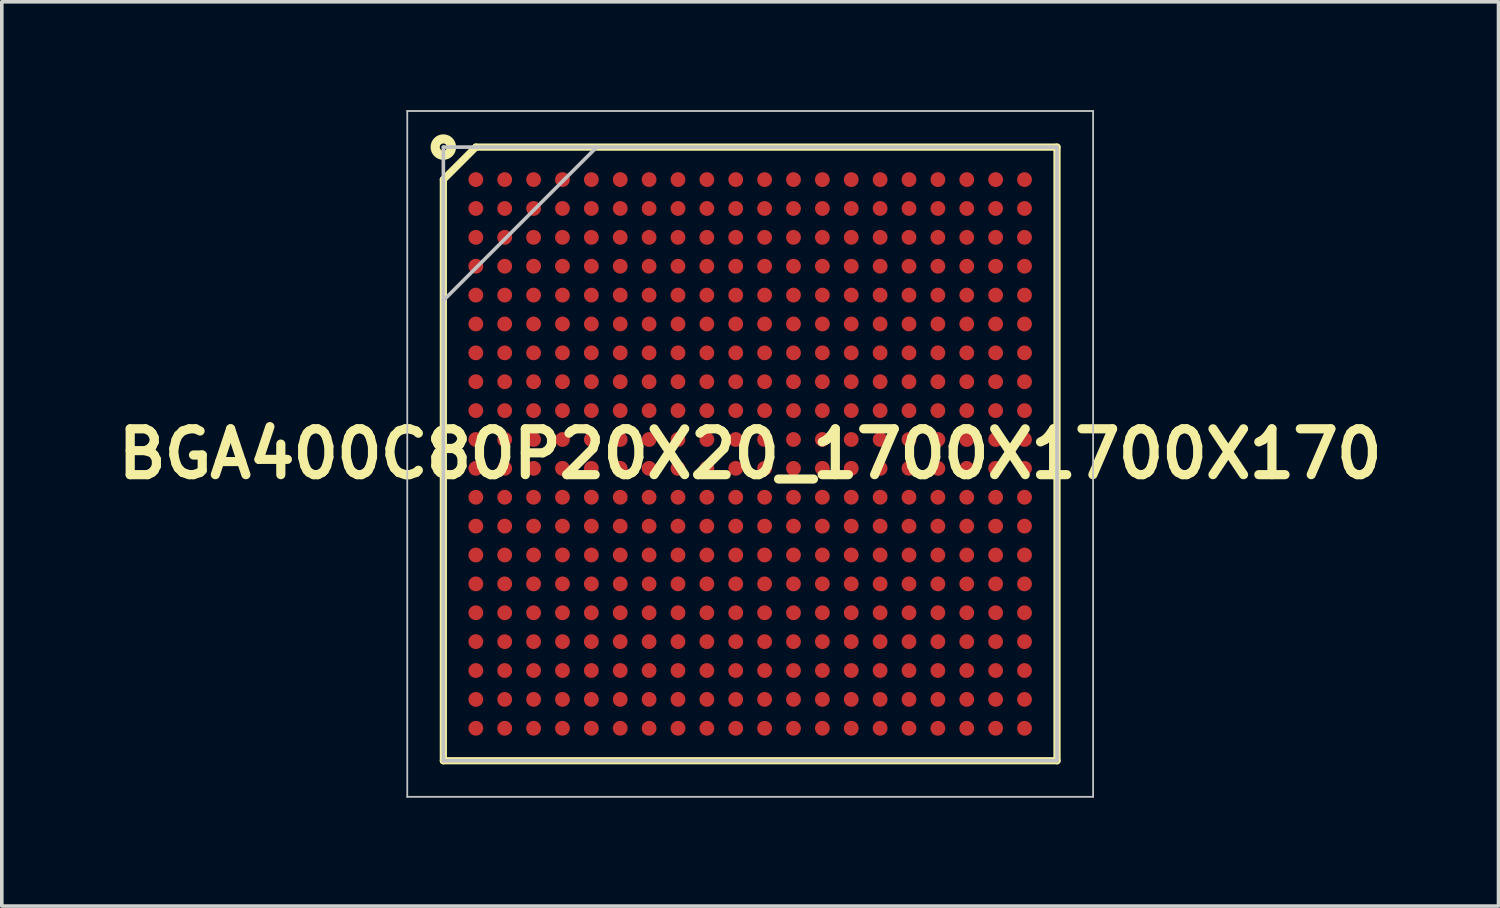
<source format=kicad_pcb>
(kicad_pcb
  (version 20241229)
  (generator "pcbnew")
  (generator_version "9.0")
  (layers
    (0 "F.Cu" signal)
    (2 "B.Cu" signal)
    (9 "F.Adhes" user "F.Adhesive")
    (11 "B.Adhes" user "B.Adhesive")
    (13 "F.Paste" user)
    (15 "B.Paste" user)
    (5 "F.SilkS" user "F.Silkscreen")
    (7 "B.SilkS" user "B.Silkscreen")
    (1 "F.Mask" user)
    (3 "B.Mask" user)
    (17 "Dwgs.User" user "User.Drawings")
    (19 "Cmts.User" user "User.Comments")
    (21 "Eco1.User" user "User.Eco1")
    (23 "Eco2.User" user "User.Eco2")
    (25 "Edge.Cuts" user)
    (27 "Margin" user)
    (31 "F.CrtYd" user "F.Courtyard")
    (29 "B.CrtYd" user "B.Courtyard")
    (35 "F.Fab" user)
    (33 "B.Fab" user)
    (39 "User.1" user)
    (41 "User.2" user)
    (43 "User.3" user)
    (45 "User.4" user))
  (footprint "BGA400C80P20X20_1700X1700X170"
    (layer "F.Cu")
    (at 17.732 9.525)
    (property "Reference" "BGA400C80P20X20_1700X1700X170" (at 0 0 0) (unlocked yes) (layer "F.SilkS") (effects (font (size 1.27 1.27) (thickness 0.254))))
    (attr smd)
    (fp_line (start -8.5 -7.6) (end -7.6 -8.5) (stroke (width 0.2) (type solid)) (layer "F.SilkS"))
    (fp_line (start -8.5 8.5) (end -8.5 -7.6) (stroke (width 0.2) (type solid)) (layer "F.SilkS"))
    (fp_line (start -7.6 -8.5) (end 8.5 -8.5) (stroke (width 0.2) (type solid)) (layer "F.SilkS"))
    (fp_line (start 8.5 -8.5) (end 8.5 8.5) (stroke (width 0.2) (type solid)) (layer "F.SilkS"))
    (fp_line (start 8.5 8.5) (end -8.5 8.5) (stroke (width 0.2) (type solid)) (layer "F.SilkS"))
    (fp_circle (center -8.5 -8.5) (end -8.4 -8.5) (stroke (width 0.254) (type solid)) (fill no) (layer "F.SilkS"))
    (fp_line (start -9.5 -9.5) (end 9.5 -9.5) (stroke (width 0.05) (type solid)) (layer "Dwgs.User"))
    (fp_line (start -9.5 9.5) (end -9.5 -9.5) (stroke (width 0.05) (type solid)) (layer "Dwgs.User"))
    (fp_line (start -8.5 -8.5) (end 8.5 -8.5) (stroke (width 0.1) (type solid)) (layer "Dwgs.User"))
    (fp_line (start -8.5 -4.25) (end -4.25 -8.5) (stroke (width 0.1) (type solid)) (layer "Dwgs.User"))
    (fp_line (start -8.5 8.5) (end -8.5 -8.5) (stroke (width 0.1) (type solid)) (layer "Dwgs.User"))
    (fp_line (start 8.5 -8.5) (end 8.5 8.5) (stroke (width 0.1) (type solid)) (layer "Dwgs.User"))
    (fp_line (start 8.5 8.5) (end -8.5 8.5) (stroke (width 0.1) (type solid)) (layer "Dwgs.User"))
    (fp_line (start 9.5 -9.5) (end 9.5 9.5) (stroke (width 0.05) (type solid)) (layer "Dwgs.User"))
    (fp_line (start 9.5 9.5) (end -9.5 9.5) (stroke (width 0.05) (type solid)) (layer "Dwgs.User"))
    (pad "A1" smd circle (at -7.6 -7.6 90) (size 0.41 0.41) (layers "F.Cu" "F.Mask" "F.Paste"))
    (pad "A2" smd circle (at -6.8 -7.6 90) (size 0.41 0.41) (layers "F.Cu" "F.Mask" "F.Paste"))
    (pad "A3" smd circle (at -6 -7.6 90) (size 0.41 0.41) (layers "F.Cu" "F.Mask" "F.Paste"))
    (pad "A4" smd circle (at -5.2 -7.6 90) (size 0.41 0.41) (layers "F.Cu" "F.Mask" "F.Paste"))
    (pad "A5" smd circle (at -4.4 -7.6 90) (size 0.41 0.41) (layers "F.Cu" "F.Mask" "F.Paste"))
    (pad "A6" smd circle (at -3.6 -7.6 90) (size 0.41 0.41) (layers "F.Cu" "F.Mask" "F.Paste"))
    (pad "A7" smd circle (at -2.8 -7.6 90) (size 0.41 0.41) (layers "F.Cu" "F.Mask" "F.Paste"))
    (pad "A8" smd circle (at -2 -7.6 90) (size 0.41 0.41) (layers "F.Cu" "F.Mask" "F.Paste"))
    (pad "A9" smd circle (at -1.2 -7.6 90) (size 0.41 0.41) (layers "F.Cu" "F.Mask" "F.Paste"))
    (pad "A10" smd circle (at -0.4 -7.6 90) (size 0.41 0.41) (layers "F.Cu" "F.Mask" "F.Paste"))
    (pad "A11" smd circle (at 0.4 -7.6 90) (size 0.41 0.41) (layers "F.Cu" "F.Mask" "F.Paste"))
    (pad "A12" smd circle (at 1.2 -7.6 90) (size 0.41 0.41) (layers "F.Cu" "F.Mask" "F.Paste"))
    (pad "A13" smd circle (at 2 -7.6 90) (size 0.41 0.41) (layers "F.Cu" "F.Mask" "F.Paste"))
    (pad "A14" smd circle (at 2.8 -7.6 90) (size 0.41 0.41) (layers "F.Cu" "F.Mask" "F.Paste"))
    (pad "A15" smd circle (at 3.6 -7.6 90) (size 0.41 0.41) (layers "F.Cu" "F.Mask" "F.Paste"))
    (pad "A16" smd circle (at 4.4 -7.6 90) (size 0.41 0.41) (layers "F.Cu" "F.Mask" "F.Paste"))
    (pad "A17" smd circle (at 5.2 -7.6 90) (size 0.41 0.41) (layers "F.Cu" "F.Mask" "F.Paste"))
    (pad "A18" smd circle (at 6 -7.6 90) (size 0.41 0.41) (layers "F.Cu" "F.Mask" "F.Paste"))
    (pad "A19" smd circle (at 6.8 -7.6 90) (size 0.41 0.41) (layers "F.Cu" "F.Mask" "F.Paste"))
    (pad "A20" smd circle (at 7.6 -7.6 90) (size 0.41 0.41) (layers "F.Cu" "F.Mask" "F.Paste"))
    (pad "B1" smd circle (at -7.6 -6.8 90) (size 0.41 0.41) (layers "F.Cu" "F.Mask" "F.Paste"))
    (pad "B2" smd circle (at -6.8 -6.8 90) (size 0.41 0.41) (layers "F.Cu" "F.Mask" "F.Paste"))
    (pad "B3" smd circle (at -6 -6.8 90) (size 0.41 0.41) (layers "F.Cu" "F.Mask" "F.Paste"))
    (pad "B4" smd circle (at -5.2 -6.8 90) (size 0.41 0.41) (layers "F.Cu" "F.Mask" "F.Paste"))
    (pad "B5" smd circle (at -4.4 -6.8 90) (size 0.41 0.41) (layers "F.Cu" "F.Mask" "F.Paste"))
    (pad "B6" smd circle (at -3.6 -6.8 90) (size 0.41 0.41) (layers "F.Cu" "F.Mask" "F.Paste"))
    (pad "B7" smd circle (at -2.8 -6.8 90) (size 0.41 0.41) (layers "F.Cu" "F.Mask" "F.Paste"))
    (pad "B8" smd circle (at -2 -6.8 90) (size 0.41 0.41) (layers "F.Cu" "F.Mask" "F.Paste"))
    (pad "B9" smd circle (at -1.2 -6.8 90) (size 0.41 0.41) (layers "F.Cu" "F.Mask" "F.Paste"))
    (pad "B10" smd circle (at -0.4 -6.8 90) (size 0.41 0.41) (layers "F.Cu" "F.Mask" "F.Paste"))
    (pad "B11" smd circle (at 0.4 -6.8 90) (size 0.41 0.41) (layers "F.Cu" "F.Mask" "F.Paste"))
    (pad "B12" smd circle (at 1.2 -6.8 90) (size 0.41 0.41) (layers "F.Cu" "F.Mask" "F.Paste"))
    (pad "B13" smd circle (at 2 -6.8 90) (size 0.41 0.41) (layers "F.Cu" "F.Mask" "F.Paste"))
    (pad "B14" smd circle (at 2.8 -6.8 90) (size 0.41 0.41) (layers "F.Cu" "F.Mask" "F.Paste"))
    (pad "B15" smd circle (at 3.6 -6.8 90) (size 0.41 0.41) (layers "F.Cu" "F.Mask" "F.Paste"))
    (pad "B16" smd circle (at 4.4 -6.8 90) (size 0.41 0.41) (layers "F.Cu" "F.Mask" "F.Paste"))
    (pad "B17" smd circle (at 5.2 -6.8 90) (size 0.41 0.41) (layers "F.Cu" "F.Mask" "F.Paste"))
    (pad "B18" smd circle (at 6 -6.8 90) (size 0.41 0.41) (layers "F.Cu" "F.Mask" "F.Paste"))
    (pad "B19" smd circle (at 6.8 -6.8 90) (size 0.41 0.41) (layers "F.Cu" "F.Mask" "F.Paste"))
    (pad "B20" smd circle (at 7.6 -6.8 90) (size 0.41 0.41) (layers "F.Cu" "F.Mask" "F.Paste"))
    (pad "C1" smd circle (at -7.6 -6 90) (size 0.41 0.41) (layers "F.Cu" "F.Mask" "F.Paste"))
    (pad "C2" smd circle (at -6.8 -6 90) (size 0.41 0.41) (layers "F.Cu" "F.Mask" "F.Paste"))
    (pad "C3" smd circle (at -6 -6 90) (size 0.41 0.41) (layers "F.Cu" "F.Mask" "F.Paste"))
    (pad "C4" smd circle (at -5.2 -6 90) (size 0.41 0.41) (layers "F.Cu" "F.Mask" "F.Paste"))
    (pad "C5" smd circle (at -4.4 -6 90) (size 0.41 0.41) (layers "F.Cu" "F.Mask" "F.Paste"))
    (pad "C6" smd circle (at -3.6 -6 90) (size 0.41 0.41) (layers "F.Cu" "F.Mask" "F.Paste"))
    (pad "C7" smd circle (at -2.8 -6 90) (size 0.41 0.41) (layers "F.Cu" "F.Mask" "F.Paste"))
    (pad "C8" smd circle (at -2 -6 90) (size 0.41 0.41) (layers "F.Cu" "F.Mask" "F.Paste"))
    (pad "C9" smd circle (at -1.2 -6 90) (size 0.41 0.41) (layers "F.Cu" "F.Mask" "F.Paste"))
    (pad "C10" smd circle (at -0.4 -6 90) (size 0.41 0.41) (layers "F.Cu" "F.Mask" "F.Paste"))
    (pad "C11" smd circle (at 0.4 -6 90) (size 0.41 0.41) (layers "F.Cu" "F.Mask" "F.Paste"))
    (pad "C12" smd circle (at 1.2 -6 90) (size 0.41 0.41) (layers "F.Cu" "F.Mask" "F.Paste"))
    (pad "C13" smd circle (at 2 -6 90) (size 0.41 0.41) (layers "F.Cu" "F.Mask" "F.Paste"))
    (pad "C14" smd circle (at 2.8 -6 90) (size 0.41 0.41) (layers "F.Cu" "F.Mask" "F.Paste"))
    (pad "C15" smd circle (at 3.6 -6 90) (size 0.41 0.41) (layers "F.Cu" "F.Mask" "F.Paste"))
    (pad "C16" smd circle (at 4.4 -6 90) (size 0.41 0.41) (layers "F.Cu" "F.Mask" "F.Paste"))
    (pad "C17" smd circle (at 5.2 -6 90) (size 0.41 0.41) (layers "F.Cu" "F.Mask" "F.Paste"))
    (pad "C18" smd circle (at 6 -6 90) (size 0.41 0.41) (layers "F.Cu" "F.Mask" "F.Paste"))
    (pad "C19" smd circle (at 6.8 -6 90) (size 0.41 0.41) (layers "F.Cu" "F.Mask" "F.Paste"))
    (pad "C20" smd circle (at 7.6 -6 90) (size 0.41 0.41) (layers "F.Cu" "F.Mask" "F.Paste"))
    (pad "D1" smd circle (at -7.6 -5.2 90) (size 0.41 0.41) (layers "F.Cu" "F.Mask" "F.Paste"))
    (pad "D2" smd circle (at -6.8 -5.2 90) (size 0.41 0.41) (layers "F.Cu" "F.Mask" "F.Paste"))
    (pad "D3" smd circle (at -6 -5.2 90) (size 0.41 0.41) (layers "F.Cu" "F.Mask" "F.Paste"))
    (pad "D4" smd circle (at -5.2 -5.2 90) (size 0.41 0.41) (layers "F.Cu" "F.Mask" "F.Paste"))
    (pad "D5" smd circle (at -4.4 -5.2 90) (size 0.41 0.41) (layers "F.Cu" "F.Mask" "F.Paste"))
    (pad "D6" smd circle (at -3.6 -5.2 90) (size 0.41 0.41) (layers "F.Cu" "F.Mask" "F.Paste"))
    (pad "D7" smd circle (at -2.8 -5.2 90) (size 0.41 0.41) (layers "F.Cu" "F.Mask" "F.Paste"))
    (pad "D8" smd circle (at -2 -5.2 90) (size 0.41 0.41) (layers "F.Cu" "F.Mask" "F.Paste"))
    (pad "D9" smd circle (at -1.2 -5.2 90) (size 0.41 0.41) (layers "F.Cu" "F.Mask" "F.Paste"))
    (pad "D10" smd circle (at -0.4 -5.2 90) (size 0.41 0.41) (layers "F.Cu" "F.Mask" "F.Paste"))
    (pad "D11" smd circle (at 0.4 -5.2 90) (size 0.41 0.41) (layers "F.Cu" "F.Mask" "F.Paste"))
    (pad "D12" smd circle (at 1.2 -5.2 90) (size 0.41 0.41) (layers "F.Cu" "F.Mask" "F.Paste"))
    (pad "D13" smd circle (at 2 -5.2 90) (size 0.41 0.41) (layers "F.Cu" "F.Mask" "F.Paste"))
    (pad "D14" smd circle (at 2.8 -5.2 90) (size 0.41 0.41) (layers "F.Cu" "F.Mask" "F.Paste"))
    (pad "D15" smd circle (at 3.6 -5.2 90) (size 0.41 0.41) (layers "F.Cu" "F.Mask" "F.Paste"))
    (pad "D16" smd circle (at 4.4 -5.2 90) (size 0.41 0.41) (layers "F.Cu" "F.Mask" "F.Paste"))
    (pad "D17" smd circle (at 5.2 -5.2 90) (size 0.41 0.41) (layers "F.Cu" "F.Mask" "F.Paste"))
    (pad "D18" smd circle (at 6 -5.2 90) (size 0.41 0.41) (layers "F.Cu" "F.Mask" "F.Paste"))
    (pad "D19" smd circle (at 6.8 -5.2 90) (size 0.41 0.41) (layers "F.Cu" "F.Mask" "F.Paste"))
    (pad "D20" smd circle (at 7.6 -5.2 90) (size 0.41 0.41) (layers "F.Cu" "F.Mask" "F.Paste"))
    (pad "E1" smd circle (at -7.6 -4.4 90) (size 0.41 0.41) (layers "F.Cu" "F.Mask" "F.Paste"))
    (pad "E2" smd circle (at -6.8 -4.4 90) (size 0.41 0.41) (layers "F.Cu" "F.Mask" "F.Paste"))
    (pad "E3" smd circle (at -6 -4.4 90) (size 0.41 0.41) (layers "F.Cu" "F.Mask" "F.Paste"))
    (pad "E4" smd circle (at -5.2 -4.4 90) (size 0.41 0.41) (layers "F.Cu" "F.Mask" "F.Paste"))
    (pad "E5" smd circle (at -4.4 -4.4 90) (size 0.41 0.41) (layers "F.Cu" "F.Mask" "F.Paste"))
    (pad "E6" smd circle (at -3.6 -4.4 90) (size 0.41 0.41) (layers "F.Cu" "F.Mask" "F.Paste"))
    (pad "E7" smd circle (at -2.8 -4.4 90) (size 0.41 0.41) (layers "F.Cu" "F.Mask" "F.Paste"))
    (pad "E8" smd circle (at -2 -4.4 90) (size 0.41 0.41) (layers "F.Cu" "F.Mask" "F.Paste"))
    (pad "E9" smd circle (at -1.2 -4.4 90) (size 0.41 0.41) (layers "F.Cu" "F.Mask" "F.Paste"))
    (pad "E10" smd circle (at -0.4 -4.4 90) (size 0.41 0.41) (layers "F.Cu" "F.Mask" "F.Paste"))
    (pad "E11" smd circle (at 0.4 -4.4 90) (size 0.41 0.41) (layers "F.Cu" "F.Mask" "F.Paste"))
    (pad "E12" smd circle (at 1.2 -4.4 90) (size 0.41 0.41) (layers "F.Cu" "F.Mask" "F.Paste"))
    (pad "E13" smd circle (at 2 -4.4 90) (size 0.41 0.41) (layers "F.Cu" "F.Mask" "F.Paste"))
    (pad "E14" smd circle (at 2.8 -4.4 90) (size 0.41 0.41) (layers "F.Cu" "F.Mask" "F.Paste"))
    (pad "E15" smd circle (at 3.6 -4.4 90) (size 0.41 0.41) (layers "F.Cu" "F.Mask" "F.Paste"))
    (pad "E16" smd circle (at 4.4 -4.4 90) (size 0.41 0.41) (layers "F.Cu" "F.Mask" "F.Paste"))
    (pad "E17" smd circle (at 5.2 -4.4 90) (size 0.41 0.41) (layers "F.Cu" "F.Mask" "F.Paste"))
    (pad "E18" smd circle (at 6 -4.4 90) (size 0.41 0.41) (layers "F.Cu" "F.Mask" "F.Paste"))
    (pad "E19" smd circle (at 6.8 -4.4 90) (size 0.41 0.41) (layers "F.Cu" "F.Mask" "F.Paste"))
    (pad "E20" smd circle (at 7.6 -4.4 90) (size 0.41 0.41) (layers "F.Cu" "F.Mask" "F.Paste"))
    (pad "F1" smd circle (at -7.6 -3.6 90) (size 0.41 0.41) (layers "F.Cu" "F.Mask" "F.Paste"))
    (pad "F2" smd circle (at -6.8 -3.6 90) (size 0.41 0.41) (layers "F.Cu" "F.Mask" "F.Paste"))
    (pad "F3" smd circle (at -6 -3.6 90) (size 0.41 0.41) (layers "F.Cu" "F.Mask" "F.Paste"))
    (pad "F4" smd circle (at -5.2 -3.6 90) (size 0.41 0.41) (layers "F.Cu" "F.Mask" "F.Paste"))
    (pad "F5" smd circle (at -4.4 -3.6 90) (size 0.41 0.41) (layers "F.Cu" "F.Mask" "F.Paste"))
    (pad "F6" smd circle (at -3.6 -3.6 90) (size 0.41 0.41) (layers "F.Cu" "F.Mask" "F.Paste"))
    (pad "F7" smd circle (at -2.8 -3.6 90) (size 0.41 0.41) (layers "F.Cu" "F.Mask" "F.Paste"))
    (pad "F8" smd circle (at -2 -3.6 90) (size 0.41 0.41) (layers "F.Cu" "F.Mask" "F.Paste"))
    (pad "F9" smd circle (at -1.2 -3.6 90) (size 0.41 0.41) (layers "F.Cu" "F.Mask" "F.Paste"))
    (pad "F10" smd circle (at -0.4 -3.6 90) (size 0.41 0.41) (layers "F.Cu" "F.Mask" "F.Paste"))
    (pad "F11" smd circle (at 0.4 -3.6 90) (size 0.41 0.41) (layers "F.Cu" "F.Mask" "F.Paste"))
    (pad "F12" smd circle (at 1.2 -3.6 90) (size 0.41 0.41) (layers "F.Cu" "F.Mask" "F.Paste"))
    (pad "F13" smd circle (at 2 -3.6 90) (size 0.41 0.41) (layers "F.Cu" "F.Mask" "F.Paste"))
    (pad "F14" smd circle (at 2.8 -3.6 90) (size 0.41 0.41) (layers "F.Cu" "F.Mask" "F.Paste"))
    (pad "F15" smd circle (at 3.6 -3.6 90) (size 0.41 0.41) (layers "F.Cu" "F.Mask" "F.Paste"))
    (pad "F16" smd circle (at 4.4 -3.6 90) (size 0.41 0.41) (layers "F.Cu" "F.Mask" "F.Paste"))
    (pad "F17" smd circle (at 5.2 -3.6 90) (size 0.41 0.41) (layers "F.Cu" "F.Mask" "F.Paste"))
    (pad "F18" smd circle (at 6 -3.6 90) (size 0.41 0.41) (layers "F.Cu" "F.Mask" "F.Paste"))
    (pad "F19" smd circle (at 6.8 -3.6 90) (size 0.41 0.41) (layers "F.Cu" "F.Mask" "F.Paste"))
    (pad "F20" smd circle (at 7.6 -3.6 90) (size 0.41 0.41) (layers "F.Cu" "F.Mask" "F.Paste"))
    (pad "G1" smd circle (at -7.6 -2.8 90) (size 0.41 0.41) (layers "F.Cu" "F.Mask" "F.Paste"))
    (pad "G2" smd circle (at -6.8 -2.8 90) (size 0.41 0.41) (layers "F.Cu" "F.Mask" "F.Paste"))
    (pad "G3" smd circle (at -6 -2.8 90) (size 0.41 0.41) (layers "F.Cu" "F.Mask" "F.Paste"))
    (pad "G4" smd circle (at -5.2 -2.8 90) (size 0.41 0.41) (layers "F.Cu" "F.Mask" "F.Paste"))
    (pad "G5" smd circle (at -4.4 -2.8 90) (size 0.41 0.41) (layers "F.Cu" "F.Mask" "F.Paste"))
    (pad "G6" smd circle (at -3.6 -2.8 90) (size 0.41 0.41) (layers "F.Cu" "F.Mask" "F.Paste"))
    (pad "G7" smd circle (at -2.8 -2.8 90) (size 0.41 0.41) (layers "F.Cu" "F.Mask" "F.Paste"))
    (pad "G8" smd circle (at -2 -2.8 90) (size 0.41 0.41) (layers "F.Cu" "F.Mask" "F.Paste"))
    (pad "G9" smd circle (at -1.2 -2.8 90) (size 0.41 0.41) (layers "F.Cu" "F.Mask" "F.Paste"))
    (pad "G10" smd circle (at -0.4 -2.8 90) (size 0.41 0.41) (layers "F.Cu" "F.Mask" "F.Paste"))
    (pad "G11" smd circle (at 0.4 -2.8 90) (size 0.41 0.41) (layers "F.Cu" "F.Mask" "F.Paste"))
    (pad "G12" smd circle (at 1.2 -2.8 90) (size 0.41 0.41) (layers "F.Cu" "F.Mask" "F.Paste"))
    (pad "G13" smd circle (at 2 -2.8 90) (size 0.41 0.41) (layers "F.Cu" "F.Mask" "F.Paste"))
    (pad "G14" smd circle (at 2.8 -2.8 90) (size 0.41 0.41) (layers "F.Cu" "F.Mask" "F.Paste"))
    (pad "G15" smd circle (at 3.6 -2.8 90) (size 0.41 0.41) (layers "F.Cu" "F.Mask" "F.Paste"))
    (pad "G16" smd circle (at 4.4 -2.8 90) (size 0.41 0.41) (layers "F.Cu" "F.Mask" "F.Paste"))
    (pad "G17" smd circle (at 5.2 -2.8 90) (size 0.41 0.41) (layers "F.Cu" "F.Mask" "F.Paste"))
    (pad "G18" smd circle (at 6 -2.8 90) (size 0.41 0.41) (layers "F.Cu" "F.Mask" "F.Paste"))
    (pad "G19" smd circle (at 6.8 -2.8 90) (size 0.41 0.41) (layers "F.Cu" "F.Mask" "F.Paste"))
    (pad "G20" smd circle (at 7.6 -2.8 90) (size 0.41 0.41) (layers "F.Cu" "F.Mask" "F.Paste"))
    (pad "H1" smd circle (at -7.6 -2 90) (size 0.41 0.41) (layers "F.Cu" "F.Mask" "F.Paste"))
    (pad "H2" smd circle (at -6.8 -2 90) (size 0.41 0.41) (layers "F.Cu" "F.Mask" "F.Paste"))
    (pad "H3" smd circle (at -6 -2 90) (size 0.41 0.41) (layers "F.Cu" "F.Mask" "F.Paste"))
    (pad "H4" smd circle (at -5.2 -2 90) (size 0.41 0.41) (layers "F.Cu" "F.Mask" "F.Paste"))
    (pad "H5" smd circle (at -4.4 -2 90) (size 0.41 0.41) (layers "F.Cu" "F.Mask" "F.Paste"))
    (pad "H6" smd circle (at -3.6 -2 90) (size 0.41 0.41) (layers "F.Cu" "F.Mask" "F.Paste"))
    (pad "H7" smd circle (at -2.8 -2 90) (size 0.41 0.41) (layers "F.Cu" "F.Mask" "F.Paste"))
    (pad "H8" smd circle (at -2 -2 90) (size 0.41 0.41) (layers "F.Cu" "F.Mask" "F.Paste"))
    (pad "H9" smd circle (at -1.2 -2 90) (size 0.41 0.41) (layers "F.Cu" "F.Mask" "F.Paste"))
    (pad "H10" smd circle (at -0.4 -2 90) (size 0.41 0.41) (layers "F.Cu" "F.Mask" "F.Paste"))
    (pad "H11" smd circle (at 0.4 -2 90) (size 0.41 0.41) (layers "F.Cu" "F.Mask" "F.Paste"))
    (pad "H12" smd circle (at 1.2 -2 90) (size 0.41 0.41) (layers "F.Cu" "F.Mask" "F.Paste"))
    (pad "H13" smd circle (at 2 -2 90) (size 0.41 0.41) (layers "F.Cu" "F.Mask" "F.Paste"))
    (pad "H14" smd circle (at 2.8 -2 90) (size 0.41 0.41) (layers "F.Cu" "F.Mask" "F.Paste"))
    (pad "H15" smd circle (at 3.6 -2 90) (size 0.41 0.41) (layers "F.Cu" "F.Mask" "F.Paste"))
    (pad "H16" smd circle (at 4.4 -2 90) (size 0.41 0.41) (layers "F.Cu" "F.Mask" "F.Paste"))
    (pad "H17" smd circle (at 5.2 -2 90) (size 0.41 0.41) (layers "F.Cu" "F.Mask" "F.Paste"))
    (pad "H18" smd circle (at 6 -2 90) (size 0.41 0.41) (layers "F.Cu" "F.Mask" "F.Paste"))
    (pad "H19" smd circle (at 6.8 -2 90) (size 0.41 0.41) (layers "F.Cu" "F.Mask" "F.Paste"))
    (pad "H20" smd circle (at 7.6 -2 90) (size 0.41 0.41) (layers "F.Cu" "F.Mask" "F.Paste"))
    (pad "J1" smd circle (at -7.6 -1.2 90) (size 0.41 0.41) (layers "F.Cu" "F.Mask" "F.Paste"))
    (pad "J2" smd circle (at -6.8 -1.2 90) (size 0.41 0.41) (layers "F.Cu" "F.Mask" "F.Paste"))
    (pad "J3" smd circle (at -6 -1.2 90) (size 0.41 0.41) (layers "F.Cu" "F.Mask" "F.Paste"))
    (pad "J4" smd circle (at -5.2 -1.2 90) (size 0.41 0.41) (layers "F.Cu" "F.Mask" "F.Paste"))
    (pad "J5" smd circle (at -4.4 -1.2 90) (size 0.41 0.41) (layers "F.Cu" "F.Mask" "F.Paste"))
    (pad "J6" smd circle (at -3.6 -1.2 90) (size 0.41 0.41) (layers "F.Cu" "F.Mask" "F.Paste"))
    (pad "J7" smd circle (at -2.8 -1.2 90) (size 0.41 0.41) (layers "F.Cu" "F.Mask" "F.Paste"))
    (pad "J8" smd circle (at -2 -1.2 90) (size 0.41 0.41) (layers "F.Cu" "F.Mask" "F.Paste"))
    (pad "J9" smd circle (at -1.2 -1.2 90) (size 0.41 0.41) (layers "F.Cu" "F.Mask" "F.Paste"))
    (pad "J10" smd circle (at -0.4 -1.2 90) (size 0.41 0.41) (layers "F.Cu" "F.Mask" "F.Paste"))
    (pad "J11" smd circle (at 0.4 -1.2 90) (size 0.41 0.41) (layers "F.Cu" "F.Mask" "F.Paste"))
    (pad "J12" smd circle (at 1.2 -1.2 90) (size 0.41 0.41) (layers "F.Cu" "F.Mask" "F.Paste"))
    (pad "J13" smd circle (at 2 -1.2 90) (size 0.41 0.41) (layers "F.Cu" "F.Mask" "F.Paste"))
    (pad "J14" smd circle (at 2.8 -1.2 90) (size 0.41 0.41) (layers "F.Cu" "F.Mask" "F.Paste"))
    (pad "J15" smd circle (at 3.6 -1.2 90) (size 0.41 0.41) (layers "F.Cu" "F.Mask" "F.Paste"))
    (pad "J16" smd circle (at 4.4 -1.2 90) (size 0.41 0.41) (layers "F.Cu" "F.Mask" "F.Paste"))
    (pad "J17" smd circle (at 5.2 -1.2 90) (size 0.41 0.41) (layers "F.Cu" "F.Mask" "F.Paste"))
    (pad "J18" smd circle (at 6 -1.2 90) (size 0.41 0.41) (layers "F.Cu" "F.Mask" "F.Paste"))
    (pad "J19" smd circle (at 6.8 -1.2 90) (size 0.41 0.41) (layers "F.Cu" "F.Mask" "F.Paste"))
    (pad "J20" smd circle (at 7.6 -1.2 90) (size 0.41 0.41) (layers "F.Cu" "F.Mask" "F.Paste"))
    (pad "K1" smd circle (at -7.6 -0.4 90) (size 0.41 0.41) (layers "F.Cu" "F.Mask" "F.Paste"))
    (pad "K2" smd circle (at -6.8 -0.4 90) (size 0.41 0.41) (layers "F.Cu" "F.Mask" "F.Paste"))
    (pad "K3" smd circle (at -6 -0.4 90) (size 0.41 0.41) (layers "F.Cu" "F.Mask" "F.Paste"))
    (pad "K4" smd circle (at -5.2 -0.4 90) (size 0.41 0.41) (layers "F.Cu" "F.Mask" "F.Paste"))
    (pad "K5" smd circle (at -4.4 -0.4 90) (size 0.41 0.41) (layers "F.Cu" "F.Mask" "F.Paste"))
    (pad "K6" smd circle (at -3.6 -0.4 90) (size 0.41 0.41) (layers "F.Cu" "F.Mask" "F.Paste"))
    (pad "K7" smd circle (at -2.8 -0.4 90) (size 0.41 0.41) (layers "F.Cu" "F.Mask" "F.Paste"))
    (pad "K8" smd circle (at -2 -0.4 90) (size 0.41 0.41) (layers "F.Cu" "F.Mask" "F.Paste"))
    (pad "K9" smd circle (at -1.2 -0.4 90) (size 0.41 0.41) (layers "F.Cu" "F.Mask" "F.Paste"))
    (pad "K10" smd circle (at -0.4 -0.4 90) (size 0.41 0.41) (layers "F.Cu" "F.Mask" "F.Paste"))
    (pad "K11" smd circle (at 0.4 -0.4 90) (size 0.41 0.41) (layers "F.Cu" "F.Mask" "F.Paste"))
    (pad "K12" smd circle (at 1.2 -0.4 90) (size 0.41 0.41) (layers "F.Cu" "F.Mask" "F.Paste"))
    (pad "K13" smd circle (at 2 -0.4 90) (size 0.41 0.41) (layers "F.Cu" "F.Mask" "F.Paste"))
    (pad "K14" smd circle (at 2.8 -0.4 90) (size 0.41 0.41) (layers "F.Cu" "F.Mask" "F.Paste"))
    (pad "K15" smd circle (at 3.6 -0.4 90) (size 0.41 0.41) (layers "F.Cu" "F.Mask" "F.Paste"))
    (pad "K16" smd circle (at 4.4 -0.4 90) (size 0.41 0.41) (layers "F.Cu" "F.Mask" "F.Paste"))
    (pad "K17" smd circle (at 5.2 -0.4 90) (size 0.41 0.41) (layers "F.Cu" "F.Mask" "F.Paste"))
    (pad "K18" smd circle (at 6 -0.4 90) (size 0.41 0.41) (layers "F.Cu" "F.Mask" "F.Paste"))
    (pad "K19" smd circle (at 6.8 -0.4 90) (size 0.41 0.41) (layers "F.Cu" "F.Mask" "F.Paste"))
    (pad "K20" smd circle (at 7.6 -0.4 90) (size 0.41 0.41) (layers "F.Cu" "F.Mask" "F.Paste"))
    (pad "L1" smd circle (at -7.6 0.4 90) (size 0.41 0.41) (layers "F.Cu" "F.Mask" "F.Paste"))
    (pad "L2" smd circle (at -6.8 0.4 90) (size 0.41 0.41) (layers "F.Cu" "F.Mask" "F.Paste"))
    (pad "L3" smd circle (at -6 0.4 90) (size 0.41 0.41) (layers "F.Cu" "F.Mask" "F.Paste"))
    (pad "L4" smd circle (at -5.2 0.4 90) (size 0.41 0.41) (layers "F.Cu" "F.Mask" "F.Paste"))
    (pad "L5" smd circle (at -4.4 0.4 90) (size 0.41 0.41) (layers "F.Cu" "F.Mask" "F.Paste"))
    (pad "L6" smd circle (at -3.6 0.4 90) (size 0.41 0.41) (layers "F.Cu" "F.Mask" "F.Paste"))
    (pad "L7" smd circle (at -2.8 0.4 90) (size 0.41 0.41) (layers "F.Cu" "F.Mask" "F.Paste"))
    (pad "L8" smd circle (at -2 0.4 90) (size 0.41 0.41) (layers "F.Cu" "F.Mask" "F.Paste"))
    (pad "L9" smd circle (at -1.2 0.4 90) (size 0.41 0.41) (layers "F.Cu" "F.Mask" "F.Paste"))
    (pad "L10" smd circle (at -0.4 0.4 90) (size 0.41 0.41) (layers "F.Cu" "F.Mask" "F.Paste"))
    (pad "L11" smd circle (at 0.4 0.4 90) (size 0.41 0.41) (layers "F.Cu" "F.Mask" "F.Paste"))
    (pad "L12" smd circle (at 1.2 0.4 90) (size 0.41 0.41) (layers "F.Cu" "F.Mask" "F.Paste"))
    (pad "L13" smd circle (at 2 0.4 90) (size 0.41 0.41) (layers "F.Cu" "F.Mask" "F.Paste"))
    (pad "L14" smd circle (at 2.8 0.4 90) (size 0.41 0.41) (layers "F.Cu" "F.Mask" "F.Paste"))
    (pad "L15" smd circle (at 3.6 0.4 90) (size 0.41 0.41) (layers "F.Cu" "F.Mask" "F.Paste"))
    (pad "L16" smd circle (at 4.4 0.4 90) (size 0.41 0.41) (layers "F.Cu" "F.Mask" "F.Paste"))
    (pad "L17" smd circle (at 5.2 0.4 90) (size 0.41 0.41) (layers "F.Cu" "F.Mask" "F.Paste"))
    (pad "L18" smd circle (at 6 0.4 90) (size 0.41 0.41) (layers "F.Cu" "F.Mask" "F.Paste"))
    (pad "L19" smd circle (at 6.8 0.4 90) (size 0.41 0.41) (layers "F.Cu" "F.Mask" "F.Paste"))
    (pad "L20" smd circle (at 7.6 0.4 90) (size 0.41 0.41) (layers "F.Cu" "F.Mask" "F.Paste"))
    (pad "M1" smd circle (at -7.6 1.2 90) (size 0.41 0.41) (layers "F.Cu" "F.Mask" "F.Paste"))
    (pad "M2" smd circle (at -6.8 1.2 90) (size 0.41 0.41) (layers "F.Cu" "F.Mask" "F.Paste"))
    (pad "M3" smd circle (at -6 1.2 90) (size 0.41 0.41) (layers "F.Cu" "F.Mask" "F.Paste"))
    (pad "M4" smd circle (at -5.2 1.2 90) (size 0.41 0.41) (layers "F.Cu" "F.Mask" "F.Paste"))
    (pad "M5" smd circle (at -4.4 1.2 90) (size 0.41 0.41) (layers "F.Cu" "F.Mask" "F.Paste"))
    (pad "M6" smd circle (at -3.6 1.2 90) (size 0.41 0.41) (layers "F.Cu" "F.Mask" "F.Paste"))
    (pad "M7" smd circle (at -2.8 1.2 90) (size 0.41 0.41) (layers "F.Cu" "F.Mask" "F.Paste"))
    (pad "M8" smd circle (at -2 1.2 90) (size 0.41 0.41) (layers "F.Cu" "F.Mask" "F.Paste"))
    (pad "M9" smd circle (at -1.2 1.2 90) (size 0.41 0.41) (layers "F.Cu" "F.Mask" "F.Paste"))
    (pad "M10" smd circle (at -0.4 1.2 90) (size 0.41 0.41) (layers "F.Cu" "F.Mask" "F.Paste"))
    (pad "M11" smd circle (at 0.4 1.2 90) (size 0.41 0.41) (layers "F.Cu" "F.Mask" "F.Paste"))
    (pad "M12" smd circle (at 1.2 1.2 90) (size 0.41 0.41) (layers "F.Cu" "F.Mask" "F.Paste"))
    (pad "M13" smd circle (at 2 1.2 90) (size 0.41 0.41) (layers "F.Cu" "F.Mask" "F.Paste"))
    (pad "M14" smd circle (at 2.8 1.2 90) (size 0.41 0.41) (layers "F.Cu" "F.Mask" "F.Paste"))
    (pad "M15" smd circle (at 3.6 1.2 90) (size 0.41 0.41) (layers "F.Cu" "F.Mask" "F.Paste"))
    (pad "M16" smd circle (at 4.4 1.2 90) (size 0.41 0.41) (layers "F.Cu" "F.Mask" "F.Paste"))
    (pad "M17" smd circle (at 5.2 1.2 90) (size 0.41 0.41) (layers "F.Cu" "F.Mask" "F.Paste"))
    (pad "M18" smd circle (at 6 1.2 90) (size 0.41 0.41) (layers "F.Cu" "F.Mask" "F.Paste"))
    (pad "M19" smd circle (at 6.8 1.2 90) (size 0.41 0.41) (layers "F.Cu" "F.Mask" "F.Paste"))
    (pad "M20" smd circle (at 7.6 1.2 90) (size 0.41 0.41) (layers "F.Cu" "F.Mask" "F.Paste"))
    (pad "N1" smd circle (at -7.6 2 90) (size 0.41 0.41) (layers "F.Cu" "F.Mask" "F.Paste"))
    (pad "N2" smd circle (at -6.8 2 90) (size 0.41 0.41) (layers "F.Cu" "F.Mask" "F.Paste"))
    (pad "N3" smd circle (at -6 2 90) (size 0.41 0.41) (layers "F.Cu" "F.Mask" "F.Paste"))
    (pad "N4" smd circle (at -5.2 2 90) (size 0.41 0.41) (layers "F.Cu" "F.Mask" "F.Paste"))
    (pad "N5" smd circle (at -4.4 2 90) (size 0.41 0.41) (layers "F.Cu" "F.Mask" "F.Paste"))
    (pad "N6" smd circle (at -3.6 2 90) (size 0.41 0.41) (layers "F.Cu" "F.Mask" "F.Paste"))
    (pad "N7" smd circle (at -2.8 2 90) (size 0.41 0.41) (layers "F.Cu" "F.Mask" "F.Paste"))
    (pad "N8" smd circle (at -2 2 90) (size 0.41 0.41) (layers "F.Cu" "F.Mask" "F.Paste"))
    (pad "N9" smd circle (at -1.2 2 90) (size 0.41 0.41) (layers "F.Cu" "F.Mask" "F.Paste"))
    (pad "N10" smd circle (at -0.4 2 90) (size 0.41 0.41) (layers "F.Cu" "F.Mask" "F.Paste"))
    (pad "N11" smd circle (at 0.4 2 90) (size 0.41 0.41) (layers "F.Cu" "F.Mask" "F.Paste"))
    (pad "N12" smd circle (at 1.2 2 90) (size 0.41 0.41) (layers "F.Cu" "F.Mask" "F.Paste"))
    (pad "N13" smd circle (at 2 2 90) (size 0.41 0.41) (layers "F.Cu" "F.Mask" "F.Paste"))
    (pad "N14" smd circle (at 2.8 2 90) (size 0.41 0.41) (layers "F.Cu" "F.Mask" "F.Paste"))
    (pad "N15" smd circle (at 3.6 2 90) (size 0.41 0.41) (layers "F.Cu" "F.Mask" "F.Paste"))
    (pad "N16" smd circle (at 4.4 2 90) (size 0.41 0.41) (layers "F.Cu" "F.Mask" "F.Paste"))
    (pad "N17" smd circle (at 5.2 2 90) (size 0.41 0.41) (layers "F.Cu" "F.Mask" "F.Paste"))
    (pad "N18" smd circle (at 6 2 90) (size 0.41 0.41) (layers "F.Cu" "F.Mask" "F.Paste"))
    (pad "N19" smd circle (at 6.8 2 90) (size 0.41 0.41) (layers "F.Cu" "F.Mask" "F.Paste"))
    (pad "N20" smd circle (at 7.6 2 90) (size 0.41 0.41) (layers "F.Cu" "F.Mask" "F.Paste"))
    (pad "P1" smd circle (at -7.6 2.8 90) (size 0.41 0.41) (layers "F.Cu" "F.Mask" "F.Paste"))
    (pad "P2" smd circle (at -6.8 2.8 90) (size 0.41 0.41) (layers "F.Cu" "F.Mask" "F.Paste"))
    (pad "P3" smd circle (at -6 2.8 90) (size 0.41 0.41) (layers "F.Cu" "F.Mask" "F.Paste"))
    (pad "P4" smd circle (at -5.2 2.8 90) (size 0.41 0.41) (layers "F.Cu" "F.Mask" "F.Paste"))
    (pad "P5" smd circle (at -4.4 2.8 90) (size 0.41 0.41) (layers "F.Cu" "F.Mask" "F.Paste"))
    (pad "P6" smd circle (at -3.6 2.8 90) (size 0.41 0.41) (layers "F.Cu" "F.Mask" "F.Paste"))
    (pad "P7" smd circle (at -2.8 2.8 90) (size 0.41 0.41) (layers "F.Cu" "F.Mask" "F.Paste"))
    (pad "P8" smd circle (at -2 2.8 90) (size 0.41 0.41) (layers "F.Cu" "F.Mask" "F.Paste"))
    (pad "P9" smd circle (at -1.2 2.8 90) (size 0.41 0.41) (layers "F.Cu" "F.Mask" "F.Paste"))
    (pad "P10" smd circle (at -0.4 2.8 90) (size 0.41 0.41) (layers "F.Cu" "F.Mask" "F.Paste"))
    (pad "P11" smd circle (at 0.4 2.8 90) (size 0.41 0.41) (layers "F.Cu" "F.Mask" "F.Paste"))
    (pad "P12" smd circle (at 1.2 2.8 90) (size 0.41 0.41) (layers "F.Cu" "F.Mask" "F.Paste"))
    (pad "P13" smd circle (at 2 2.8 90) (size 0.41 0.41) (layers "F.Cu" "F.Mask" "F.Paste"))
    (pad "P14" smd circle (at 2.8 2.8 90) (size 0.41 0.41) (layers "F.Cu" "F.Mask" "F.Paste"))
    (pad "P15" smd circle (at 3.6 2.8 90) (size 0.41 0.41) (layers "F.Cu" "F.Mask" "F.Paste"))
    (pad "P16" smd circle (at 4.4 2.8 90) (size 0.41 0.41) (layers "F.Cu" "F.Mask" "F.Paste"))
    (pad "P17" smd circle (at 5.2 2.8 90) (size 0.41 0.41) (layers "F.Cu" "F.Mask" "F.Paste"))
    (pad "P18" smd circle (at 6 2.8 90) (size 0.41 0.41) (layers "F.Cu" "F.Mask" "F.Paste"))
    (pad "P19" smd circle (at 6.8 2.8 90) (size 0.41 0.41) (layers "F.Cu" "F.Mask" "F.Paste"))
    (pad "P20" smd circle (at 7.6 2.8 90) (size 0.41 0.41) (layers "F.Cu" "F.Mask" "F.Paste"))
    (pad "R1" smd circle (at -7.6 3.6 90) (size 0.41 0.41) (layers "F.Cu" "F.Mask" "F.Paste"))
    (pad "R2" smd circle (at -6.8 3.6 90) (size 0.41 0.41) (layers "F.Cu" "F.Mask" "F.Paste"))
    (pad "R3" smd circle (at -6 3.6 90) (size 0.41 0.41) (layers "F.Cu" "F.Mask" "F.Paste"))
    (pad "R4" smd circle (at -5.2 3.6 90) (size 0.41 0.41) (layers "F.Cu" "F.Mask" "F.Paste"))
    (pad "R5" smd circle (at -4.4 3.6 90) (size 0.41 0.41) (layers "F.Cu" "F.Mask" "F.Paste"))
    (pad "R6" smd circle (at -3.6 3.6 90) (size 0.41 0.41) (layers "F.Cu" "F.Mask" "F.Paste"))
    (pad "R7" smd circle (at -2.8 3.6 90) (size 0.41 0.41) (layers "F.Cu" "F.Mask" "F.Paste"))
    (pad "R8" smd circle (at -2 3.6 90) (size 0.41 0.41) (layers "F.Cu" "F.Mask" "F.Paste"))
    (pad "R9" smd circle (at -1.2 3.6 90) (size 0.41 0.41) (layers "F.Cu" "F.Mask" "F.Paste"))
    (pad "R10" smd circle (at -0.4 3.6 90) (size 0.41 0.41) (layers "F.Cu" "F.Mask" "F.Paste"))
    (pad "R11" smd circle (at 0.4 3.6 90) (size 0.41 0.41) (layers "F.Cu" "F.Mask" "F.Paste"))
    (pad "R12" smd circle (at 1.2 3.6 90) (size 0.41 0.41) (layers "F.Cu" "F.Mask" "F.Paste"))
    (pad "R13" smd circle (at 2 3.6 90) (size 0.41 0.41) (layers "F.Cu" "F.Mask" "F.Paste"))
    (pad "R14" smd circle (at 2.8 3.6 90) (size 0.41 0.41) (layers "F.Cu" "F.Mask" "F.Paste"))
    (pad "R15" smd circle (at 3.6 3.6 90) (size 0.41 0.41) (layers "F.Cu" "F.Mask" "F.Paste"))
    (pad "R16" smd circle (at 4.4 3.6 90) (size 0.41 0.41) (layers "F.Cu" "F.Mask" "F.Paste"))
    (pad "R17" smd circle (at 5.2 3.6 90) (size 0.41 0.41) (layers "F.Cu" "F.Mask" "F.Paste"))
    (pad "R18" smd circle (at 6 3.6 90) (size 0.41 0.41) (layers "F.Cu" "F.Mask" "F.Paste"))
    (pad "R19" smd circle (at 6.8 3.6 90) (size 0.41 0.41) (layers "F.Cu" "F.Mask" "F.Paste"))
    (pad "R20" smd circle (at 7.6 3.6 90) (size 0.41 0.41) (layers "F.Cu" "F.Mask" "F.Paste"))
    (pad "T1" smd circle (at -7.6 4.4 90) (size 0.41 0.41) (layers "F.Cu" "F.Mask" "F.Paste"))
    (pad "T2" smd circle (at -6.8 4.4 90) (size 0.41 0.41) (layers "F.Cu" "F.Mask" "F.Paste"))
    (pad "T3" smd circle (at -6 4.4 90) (size 0.41 0.41) (layers "F.Cu" "F.Mask" "F.Paste"))
    (pad "T4" smd circle (at -5.2 4.4 90) (size 0.41 0.41) (layers "F.Cu" "F.Mask" "F.Paste"))
    (pad "T5" smd circle (at -4.4 4.4 90) (size 0.41 0.41) (layers "F.Cu" "F.Mask" "F.Paste"))
    (pad "T6" smd circle (at -3.6 4.4 90) (size 0.41 0.41) (layers "F.Cu" "F.Mask" "F.Paste"))
    (pad "T7" smd circle (at -2.8 4.4 90) (size 0.41 0.41) (layers "F.Cu" "F.Mask" "F.Paste"))
    (pad "T8" smd circle (at -2 4.4 90) (size 0.41 0.41) (layers "F.Cu" "F.Mask" "F.Paste"))
    (pad "T9" smd circle (at -1.2 4.4 90) (size 0.41 0.41) (layers "F.Cu" "F.Mask" "F.Paste"))
    (pad "T10" smd circle (at -0.4 4.4 90) (size 0.41 0.41) (layers "F.Cu" "F.Mask" "F.Paste"))
    (pad "T11" smd circle (at 0.4 4.4 90) (size 0.41 0.41) (layers "F.Cu" "F.Mask" "F.Paste"))
    (pad "T12" smd circle (at 1.2 4.4 90) (size 0.41 0.41) (layers "F.Cu" "F.Mask" "F.Paste"))
    (pad "T13" smd circle (at 2 4.4 90) (size 0.41 0.41) (layers "F.Cu" "F.Mask" "F.Paste"))
    (pad "T14" smd circle (at 2.8 4.4 90) (size 0.41 0.41) (layers "F.Cu" "F.Mask" "F.Paste"))
    (pad "T15" smd circle (at 3.6 4.4 90) (size 0.41 0.41) (layers "F.Cu" "F.Mask" "F.Paste"))
    (pad "T16" smd circle (at 4.4 4.4 90) (size 0.41 0.41) (layers "F.Cu" "F.Mask" "F.Paste"))
    (pad "T17" smd circle (at 5.2 4.4 90) (size 0.41 0.41) (layers "F.Cu" "F.Mask" "F.Paste"))
    (pad "T18" smd circle (at 6 4.4 90) (size 0.41 0.41) (layers "F.Cu" "F.Mask" "F.Paste"))
    (pad "T19" smd circle (at 6.8 4.4 90) (size 0.41 0.41) (layers "F.Cu" "F.Mask" "F.Paste"))
    (pad "T20" smd circle (at 7.6 4.4 90) (size 0.41 0.41) (layers "F.Cu" "F.Mask" "F.Paste"))
    (pad "U1" smd circle (at -7.6 5.2 90) (size 0.41 0.41) (layers "F.Cu" "F.Mask" "F.Paste"))
    (pad "U2" smd circle (at -6.8 5.2 90) (size 0.41 0.41) (layers "F.Cu" "F.Mask" "F.Paste"))
    (pad "U3" smd circle (at -6 5.2 90) (size 0.41 0.41) (layers "F.Cu" "F.Mask" "F.Paste"))
    (pad "U4" smd circle (at -5.2 5.2 90) (size 0.41 0.41) (layers "F.Cu" "F.Mask" "F.Paste"))
    (pad "U5" smd circle (at -4.4 5.2 90) (size 0.41 0.41) (layers "F.Cu" "F.Mask" "F.Paste"))
    (pad "U6" smd circle (at -3.6 5.2 90) (size 0.41 0.41) (layers "F.Cu" "F.Mask" "F.Paste"))
    (pad "U7" smd circle (at -2.8 5.2 90) (size 0.41 0.41) (layers "F.Cu" "F.Mask" "F.Paste"))
    (pad "U8" smd circle (at -2 5.2 90) (size 0.41 0.41) (layers "F.Cu" "F.Mask" "F.Paste"))
    (pad "U9" smd circle (at -1.2 5.2 90) (size 0.41 0.41) (layers "F.Cu" "F.Mask" "F.Paste"))
    (pad "U10" smd circle (at -0.4 5.2 90) (size 0.41 0.41) (layers "F.Cu" "F.Mask" "F.Paste"))
    (pad "U11" smd circle (at 0.4 5.2 90) (size 0.41 0.41) (layers "F.Cu" "F.Mask" "F.Paste"))
    (pad "U12" smd circle (at 1.2 5.2 90) (size 0.41 0.41) (layers "F.Cu" "F.Mask" "F.Paste"))
    (pad "U13" smd circle (at 2 5.2 90) (size 0.41 0.41) (layers "F.Cu" "F.Mask" "F.Paste"))
    (pad "U14" smd circle (at 2.8 5.2 90) (size 0.41 0.41) (layers "F.Cu" "F.Mask" "F.Paste"))
    (pad "U15" smd circle (at 3.6 5.2 90) (size 0.41 0.41) (layers "F.Cu" "F.Mask" "F.Paste"))
    (pad "U16" smd circle (at 4.4 5.2 90) (size 0.41 0.41) (layers "F.Cu" "F.Mask" "F.Paste"))
    (pad "U17" smd circle (at 5.2 5.2 90) (size 0.41 0.41) (layers "F.Cu" "F.Mask" "F.Paste"))
    (pad "U18" smd circle (at 6 5.2 90) (size 0.41 0.41) (layers "F.Cu" "F.Mask" "F.Paste"))
    (pad "U19" smd circle (at 6.8 5.2 90) (size 0.41 0.41) (layers "F.Cu" "F.Mask" "F.Paste"))
    (pad "U20" smd circle (at 7.6 5.2 90) (size 0.41 0.41) (layers "F.Cu" "F.Mask" "F.Paste"))
    (pad "V1" smd circle (at -7.6 6 90) (size 0.41 0.41) (layers "F.Cu" "F.Mask" "F.Paste"))
    (pad "V2" smd circle (at -6.8 6 90) (size 0.41 0.41) (layers "F.Cu" "F.Mask" "F.Paste"))
    (pad "V3" smd circle (at -6 6 90) (size 0.41 0.41) (layers "F.Cu" "F.Mask" "F.Paste"))
    (pad "V4" smd circle (at -5.2 6 90) (size 0.41 0.41) (layers "F.Cu" "F.Mask" "F.Paste"))
    (pad "V5" smd circle (at -4.4 6 90) (size 0.41 0.41) (layers "F.Cu" "F.Mask" "F.Paste"))
    (pad "V6" smd circle (at -3.6 6 90) (size 0.41 0.41) (layers "F.Cu" "F.Mask" "F.Paste"))
    (pad "V7" smd circle (at -2.8 6 90) (size 0.41 0.41) (layers "F.Cu" "F.Mask" "F.Paste"))
    (pad "V8" smd circle (at -2 6 90) (size 0.41 0.41) (layers "F.Cu" "F.Mask" "F.Paste"))
    (pad "V9" smd circle (at -1.2 6 90) (size 0.41 0.41) (layers "F.Cu" "F.Mask" "F.Paste"))
    (pad "V10" smd circle (at -0.4 6 90) (size 0.41 0.41) (layers "F.Cu" "F.Mask" "F.Paste"))
    (pad "V11" smd circle (at 0.4 6 90) (size 0.41 0.41) (layers "F.Cu" "F.Mask" "F.Paste"))
    (pad "V12" smd circle (at 1.2 6 90) (size 0.41 0.41) (layers "F.Cu" "F.Mask" "F.Paste"))
    (pad "V13" smd circle (at 2 6 90) (size 0.41 0.41) (layers "F.Cu" "F.Mask" "F.Paste"))
    (pad "V14" smd circle (at 2.8 6 90) (size 0.41 0.41) (layers "F.Cu" "F.Mask" "F.Paste"))
    (pad "V15" smd circle (at 3.6 6 90) (size 0.41 0.41) (layers "F.Cu" "F.Mask" "F.Paste"))
    (pad "V16" smd circle (at 4.4 6 90) (size 0.41 0.41) (layers "F.Cu" "F.Mask" "F.Paste"))
    (pad "V17" smd circle (at 5.2 6 90) (size 0.41 0.41) (layers "F.Cu" "F.Mask" "F.Paste"))
    (pad "V18" smd circle (at 6 6 90) (size 0.41 0.41) (layers "F.Cu" "F.Mask" "F.Paste"))
    (pad "V19" smd circle (at 6.8 6 90) (size 0.41 0.41) (layers "F.Cu" "F.Mask" "F.Paste"))
    (pad "V20" smd circle (at 7.6 6 90) (size 0.41 0.41) (layers "F.Cu" "F.Mask" "F.Paste"))
    (pad "W1" smd circle (at -7.6 6.8 90) (size 0.41 0.41) (layers "F.Cu" "F.Mask" "F.Paste"))
    (pad "W2" smd circle (at -6.8 6.8 90) (size 0.41 0.41) (layers "F.Cu" "F.Mask" "F.Paste"))
    (pad "W3" smd circle (at -6 6.8 90) (size 0.41 0.41) (layers "F.Cu" "F.Mask" "F.Paste"))
    (pad "W4" smd circle (at -5.2 6.8 90) (size 0.41 0.41) (layers "F.Cu" "F.Mask" "F.Paste"))
    (pad "W5" smd circle (at -4.4 6.8 90) (size 0.41 0.41) (layers "F.Cu" "F.Mask" "F.Paste"))
    (pad "W6" smd circle (at -3.6 6.8 90) (size 0.41 0.41) (layers "F.Cu" "F.Mask" "F.Paste"))
    (pad "W7" smd circle (at -2.8 6.8 90) (size 0.41 0.41) (layers "F.Cu" "F.Mask" "F.Paste"))
    (pad "W8" smd circle (at -2 6.8 90) (size 0.41 0.41) (layers "F.Cu" "F.Mask" "F.Paste"))
    (pad "W9" smd circle (at -1.2 6.8 90) (size 0.41 0.41) (layers "F.Cu" "F.Mask" "F.Paste"))
    (pad "W10" smd circle (at -0.4 6.8 90) (size 0.41 0.41) (layers "F.Cu" "F.Mask" "F.Paste"))
    (pad "W11" smd circle (at 0.4 6.8 90) (size 0.41 0.41) (layers "F.Cu" "F.Mask" "F.Paste"))
    (pad "W12" smd circle (at 1.2 6.8 90) (size 0.41 0.41) (layers "F.Cu" "F.Mask" "F.Paste"))
    (pad "W13" smd circle (at 2 6.8 90) (size 0.41 0.41) (layers "F.Cu" "F.Mask" "F.Paste"))
    (pad "W14" smd circle (at 2.8 6.8 90) (size 0.41 0.41) (layers "F.Cu" "F.Mask" "F.Paste"))
    (pad "W15" smd circle (at 3.6 6.8 90) (size 0.41 0.41) (layers "F.Cu" "F.Mask" "F.Paste"))
    (pad "W16" smd circle (at 4.4 6.8 90) (size 0.41 0.41) (layers "F.Cu" "F.Mask" "F.Paste"))
    (pad "W17" smd circle (at 5.2 6.8 90) (size 0.41 0.41) (layers "F.Cu" "F.Mask" "F.Paste"))
    (pad "W18" smd circle (at 6 6.8 90) (size 0.41 0.41) (layers "F.Cu" "F.Mask" "F.Paste"))
    (pad "W19" smd circle (at 6.8 6.8 90) (size 0.41 0.41) (layers "F.Cu" "F.Mask" "F.Paste"))
    (pad "W20" smd circle (at 7.6 6.8 90) (size 0.41 0.41) (layers "F.Cu" "F.Mask" "F.Paste"))
    (pad "Y1" smd circle (at -7.6 7.6 90) (size 0.41 0.41) (layers "F.Cu" "F.Mask" "F.Paste"))
    (pad "Y2" smd circle (at -6.8 7.6 90) (size 0.41 0.41) (layers "F.Cu" "F.Mask" "F.Paste"))
    (pad "Y3" smd circle (at -6 7.6 90) (size 0.41 0.41) (layers "F.Cu" "F.Mask" "F.Paste"))
    (pad "Y4" smd circle (at -5.2 7.6 90) (size 0.41 0.41) (layers "F.Cu" "F.Mask" "F.Paste"))
    (pad "Y5" smd circle (at -4.4 7.6 90) (size 0.41 0.41) (layers "F.Cu" "F.Mask" "F.Paste"))
    (pad "Y6" smd circle (at -3.6 7.6 90) (size 0.41 0.41) (layers "F.Cu" "F.Mask" "F.Paste"))
    (pad "Y7" smd circle (at -2.8 7.6 90) (size 0.41 0.41) (layers "F.Cu" "F.Mask" "F.Paste"))
    (pad "Y8" smd circle (at -2 7.6 90) (size 0.41 0.41) (layers "F.Cu" "F.Mask" "F.Paste"))
    (pad "Y9" smd circle (at -1.2 7.6 90) (size 0.41 0.41) (layers "F.Cu" "F.Mask" "F.Paste"))
    (pad "Y10" smd circle (at -0.4 7.6 90) (size 0.41 0.41) (layers "F.Cu" "F.Mask" "F.Paste"))
    (pad "Y11" smd circle (at 0.4 7.6 90) (size 0.41 0.41) (layers "F.Cu" "F.Mask" "F.Paste"))
    (pad "Y12" smd circle (at 1.2 7.6 90) (size 0.41 0.41) (layers "F.Cu" "F.Mask" "F.Paste"))
    (pad "Y13" smd circle (at 2 7.6 90) (size 0.41 0.41) (layers "F.Cu" "F.Mask" "F.Paste"))
    (pad "Y14" smd circle (at 2.8 7.6 90) (size 0.41 0.41) (layers "F.Cu" "F.Mask" "F.Paste"))
    (pad "Y15" smd circle (at 3.6 7.6 90) (size 0.41 0.41) (layers "F.Cu" "F.Mask" "F.Paste"))
    (pad "Y16" smd circle (at 4.4 7.6 90) (size 0.41 0.41) (layers "F.Cu" "F.Mask" "F.Paste"))
    (pad "Y17" smd circle (at 5.2 7.6 90) (size 0.41 0.41) (layers "F.Cu" "F.Mask" "F.Paste"))
    (pad "Y18" smd circle (at 6 7.6 90) (size 0.41 0.41) (layers "F.Cu" "F.Mask" "F.Paste"))
    (pad "Y19" smd circle (at 6.8 7.6 90) (size 0.41 0.41) (layers "F.Cu" "F.Mask" "F.Paste"))
    (pad "Y20" smd circle (at 7.6 7.6 90) (size 0.41 0.41) (layers "F.Cu" "F.Mask" "F.Paste")))
  (gr_rect
    (start -3 -3)
    (end 38.463 22.05)
    (stroke (width 0.1) (type default))
    (fill no)
    (layer "Edge.Cuts")))
</source>
